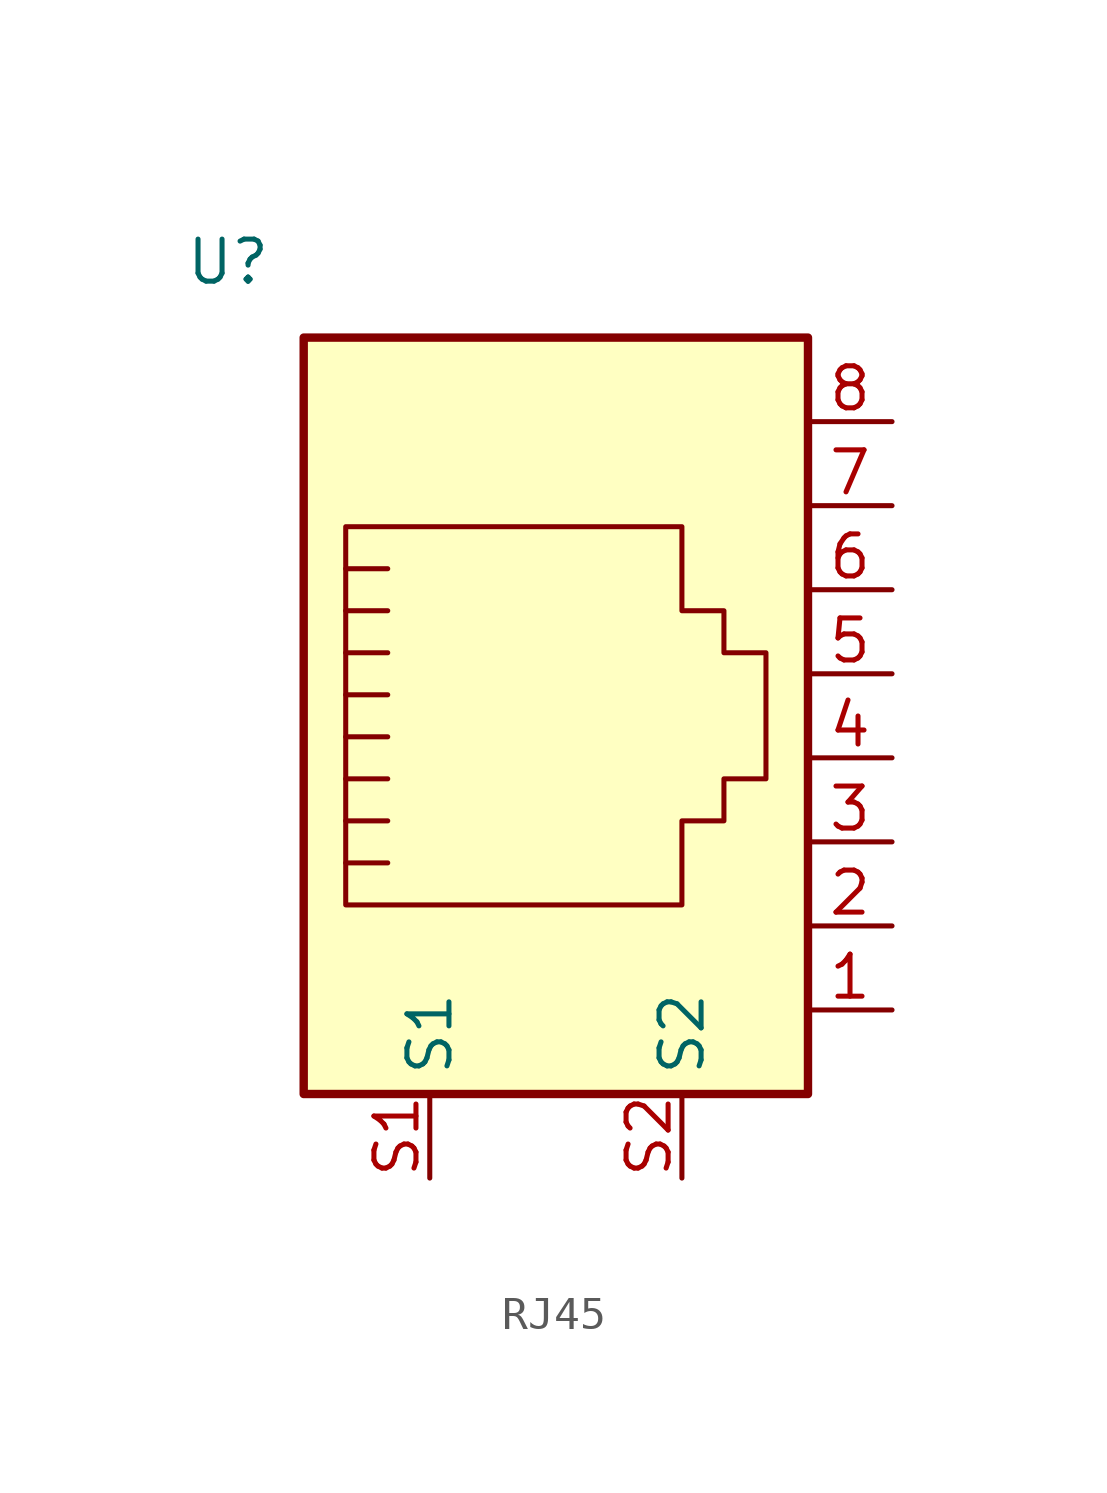
<source format=kicad_sym>
(kicad_symbol_lib
  (version 20241209)
  (generator "kicad_symbol_editor")
  (generator_version "9.0")
  (symbol "RJ45"
    (property "Reference" "U"
      (at -9.906 13.716 0)
      (effects (font (size 1.27 1.27))))
    (property "Value" ""
      (at 0 0 0)
      (effects (font (size 1.27 1.27))))
    (symbol "RJ45_0_1"
      (polyline (pts (xy -6.35 0.635) (xy -5.08 0.635) (xy -5.08 0.635)) (stroke (width 0) (type default)) (fill (type none)))
      (polyline (pts (xy -6.35 -0.635) (xy -5.08 -0.635) (xy -5.08 -0.635)) (stroke (width 0) (type default)) (fill (type none)))
      (polyline (pts (xy -6.35 -1.905) (xy -5.08 -1.905) (xy -5.08 -1.905)) (stroke (width 0) (type default)) (fill (type none)))
      (polyline (pts (xy -6.35 -3.175) (xy -5.08 -3.175) (xy -5.08 -3.175)) (stroke (width 0) (type default)) (fill (type none)))
      (polyline (pts (xy -6.35 -4.445) (xy -5.08 -4.445) (xy -5.08 -4.445)) (stroke (width 0) (type default)) (fill (type none)))
      (polyline (pts (xy -6.35 -5.715) (xy -6.35 5.715) (xy 3.81 5.715) (xy 3.81 3.175) (xy 5.08 3.175) (xy 5.08 1.905) (xy 6.35 1.905) (xy 6.35 -1.905) (xy 5.08 -1.905) (xy 5.08 -3.175) (xy 3.81 -3.175) (xy 3.81 -5.715) (xy -6.35 -5.715) (xy -6.35 -5.715)) (stroke (width 0) (type default)) (fill (type none)))
      (polyline (pts (xy -5.08 4.445) (xy -6.35 4.445)) (stroke (width 0) (type default)) (fill (type none)))
      (polyline (pts (xy -5.08 3.175) (xy -6.35 3.175)) (stroke (width 0) (type default)) (fill (type none)))
      (polyline (pts (xy -5.08 1.905) (xy -6.35 1.905) (xy -6.35 1.905)) (stroke (width 0) (type default)) (fill (type none)))
      (rectangle (start 7.62 11.43) (end -7.62 -11.43) (stroke (width 0.254) (type default)) (fill (type background))))
    (symbol "RJ45_1_1"
      (pin passive line (at -3.81 -13.97 90) (length 2.54) (name "S1" (effects (font (size 1.27 1.27)))) (number "S1" (effects (font (size 1.27 1.27)))))
      (pin passive line (at 3.81 -13.97 90) (length 2.54) (name "S2" (effects (font (size 1.27 1.27)))) (number "S2" (effects (font (size 1.27 1.27)))))
      (pin passive line (at 10.16 8.89 180) (length 2.54) (name "~" (effects (font (size 1.27 1.27)))) (number "8" (effects (font (size 1.27 1.27)))))
      (pin passive line (at 10.16 6.35 180) (length 2.54) (name "~" (effects (font (size 1.27 1.27)))) (number "7" (effects (font (size 1.27 1.27)))))
      (pin passive line (at 10.16 3.81 180) (length 2.54) (name "~" (effects (font (size 1.27 1.27)))) (number "6" (effects (font (size 1.27 1.27)))))
      (pin passive line (at 10.16 1.27 180) (length 2.54) (name "~" (effects (font (size 1.27 1.27)))) (number "5" (effects (font (size 1.27 1.27)))))
      (pin passive line (at 10.16 -1.27 180) (length 2.54) (name "~" (effects (font (size 1.27 1.27)))) (number "4" (effects (font (size 1.27 1.27)))))
      (pin passive line (at 10.16 -3.81 180) (length 2.54) (name "~" (effects (font (size 1.27 1.27)))) (number "3" (effects (font (size 1.27 1.27)))))
      (pin passive line (at 10.16 -6.35 180) (length 2.54) (name "~" (effects (font (size 1.27 1.27)))) (number "2" (effects (font (size 1.27 1.27)))))
      (pin passive line (at 10.16 -8.89 180) (length 2.54) (name "~" (effects (font (size 1.27 1.27)))) (number "1" (effects (font (size 1.27 1.27))))))))
</source>
